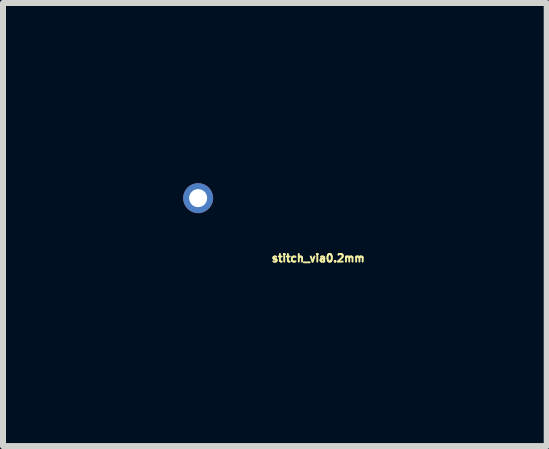
<source format=kicad_pcb>
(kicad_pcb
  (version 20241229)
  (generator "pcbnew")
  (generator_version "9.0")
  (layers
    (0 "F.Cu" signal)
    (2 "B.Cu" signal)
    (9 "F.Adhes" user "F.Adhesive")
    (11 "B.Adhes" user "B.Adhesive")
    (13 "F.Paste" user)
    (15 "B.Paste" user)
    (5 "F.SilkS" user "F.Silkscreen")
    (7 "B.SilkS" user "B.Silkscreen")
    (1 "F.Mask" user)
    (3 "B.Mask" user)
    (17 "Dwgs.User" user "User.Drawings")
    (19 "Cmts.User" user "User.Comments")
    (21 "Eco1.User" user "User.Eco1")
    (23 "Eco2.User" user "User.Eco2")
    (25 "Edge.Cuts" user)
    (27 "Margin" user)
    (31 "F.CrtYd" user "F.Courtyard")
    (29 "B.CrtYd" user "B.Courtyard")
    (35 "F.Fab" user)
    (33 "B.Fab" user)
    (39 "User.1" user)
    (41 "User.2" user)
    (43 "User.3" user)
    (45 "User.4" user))
  (footprint "stitch_via0.2mm"
    (layer "F.Cu")
    (at 0.25 0.25)
    (property "Reference" "stitch_via0.2mm" (at 2 1 0) (layer "F.SilkS") (effects (font (size 0.127 0.127) (thickness 0.032))))
    (attr through_hole)
    (pad "1" thru_hole circle (at 0 0) (size 0.5 0.5) (drill 0.3) (layers "*.Cu")))
  (gr_rect
    (start -3 -3)
    (end 6.056 4.38)
    (stroke (width 0.1) (type default))
    (fill no)
    (layer "Edge.Cuts")))
</source>
